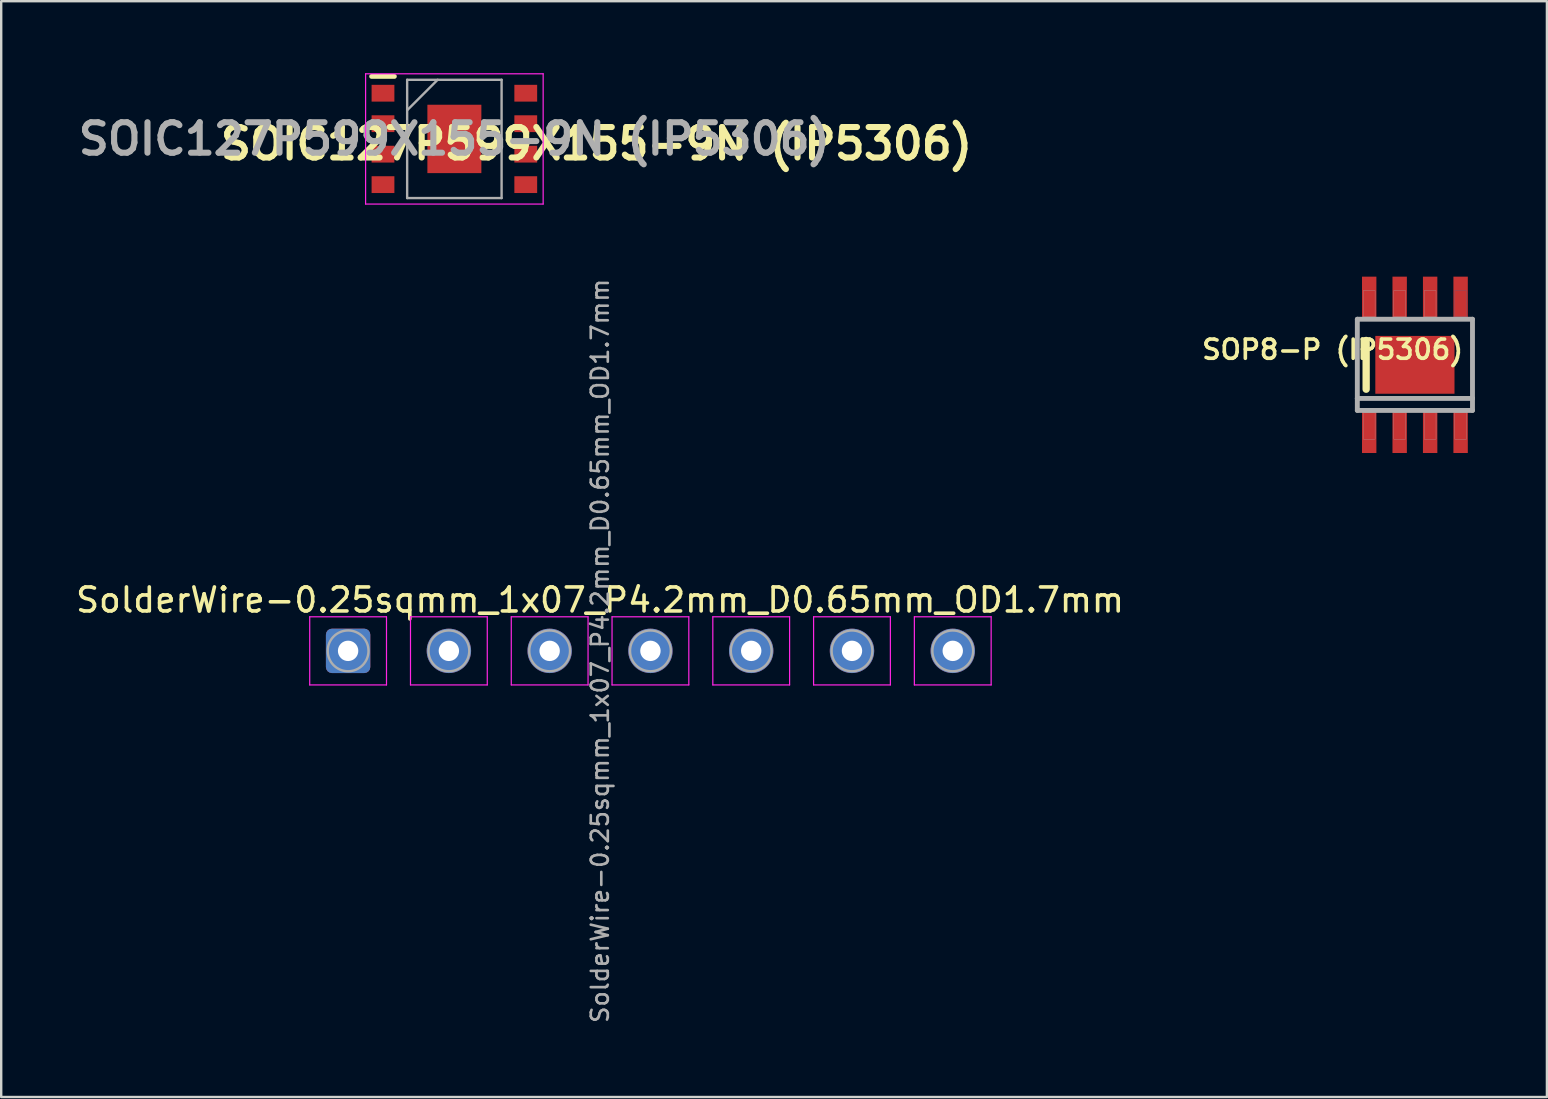
<source format=kicad_pcb>
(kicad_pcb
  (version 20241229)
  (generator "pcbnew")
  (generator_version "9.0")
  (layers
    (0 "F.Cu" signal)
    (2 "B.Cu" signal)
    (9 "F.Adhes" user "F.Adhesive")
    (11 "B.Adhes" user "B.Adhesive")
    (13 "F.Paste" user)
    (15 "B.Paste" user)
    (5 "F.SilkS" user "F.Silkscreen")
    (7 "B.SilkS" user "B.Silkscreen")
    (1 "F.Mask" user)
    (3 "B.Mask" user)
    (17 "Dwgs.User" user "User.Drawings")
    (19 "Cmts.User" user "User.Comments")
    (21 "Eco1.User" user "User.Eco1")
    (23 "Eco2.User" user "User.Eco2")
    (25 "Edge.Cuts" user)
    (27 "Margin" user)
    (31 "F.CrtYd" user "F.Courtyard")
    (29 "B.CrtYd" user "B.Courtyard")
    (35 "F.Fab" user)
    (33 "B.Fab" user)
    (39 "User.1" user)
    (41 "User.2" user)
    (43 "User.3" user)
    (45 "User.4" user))
  (footprint "SOIC127P599X155-9N (IP5306)"
    (layer "F.Cu")
    (at 15.887 2.74)
    (property "Reference" "SOIC127P599X155-9N (IP5306)" (at 5.925 0.2 0) (layer "F.SilkS") (effects (font (size 1.27 1.27) (thickness 0.254))))
    (attr smd)
    (fp_line (start -3.45 -2.605) (end -2.5 -2.605) (stroke (width 0.2) (type solid)) (layer "F.SilkS"))
    (fp_line (start -3.7 -2.715) (end 3.7 -2.715) (stroke (width 0.05) (type solid)) (layer "F.CrtYd"))
    (fp_line (start -3.7 2.715) (end -3.7 -2.715) (stroke (width 0.05) (type solid)) (layer "F.CrtYd"))
    (fp_line (start 3.7 -2.715) (end 3.7 2.715) (stroke (width 0.05) (type solid)) (layer "F.CrtYd"))
    (fp_line (start 3.7 2.715) (end -3.7 2.715) (stroke (width 0.05) (type solid)) (layer "F.CrtYd"))
    (fp_line (start -1.968 -2.465) (end 1.968 -2.465) (stroke (width 0.1) (type solid)) (layer "F.Fab"))
    (fp_line (start -1.968 -1.195) (end -0.698 -2.465) (stroke (width 0.1) (type solid)) (layer "F.Fab"))
    (fp_line (start -1.968 2.465) (end -1.968 -2.465) (stroke (width 0.1) (type solid)) (layer "F.Fab"))
    (fp_line (start 1.968 -2.465) (end 1.968 2.465) (stroke (width 0.1) (type solid)) (layer "F.Fab"))
    (fp_line (start 1.968 2.465) (end -1.968 2.465) (stroke (width 0.1) (type solid)) (layer "F.Fab"))
    (fp_text user "${REFERENCE}" (at 0 0 0) (layer "F.Fab") (effects (font (size 1.27 1.27) (thickness 0.254))))
    (pad "1" smd rect (at -2.975 -1.905 90) (size 0.7 0.95) (layers "F.Cu" "F.Mask" "F.Paste"))
    (pad "2" smd rect (at -2.975 -0.635 90) (size 0.7 0.95) (layers "F.Cu" "F.Mask" "F.Paste"))
    (pad "3" smd rect (at -2.975 0.635 90) (size 0.7 0.95) (layers "F.Cu" "F.Mask" "F.Paste"))
    (pad "4" smd rect (at -2.975 1.905 90) (size 0.7 0.95) (layers "F.Cu" "F.Mask" "F.Paste"))
    (pad "5" smd rect (at 2.975 1.905 90) (size 0.7 0.95) (layers "F.Cu" "F.Mask" "F.Paste"))
    (pad "6" smd rect (at 2.975 0.635 90) (size 0.7 0.95) (layers "F.Cu" "F.Mask" "F.Paste"))
    (pad "7" smd rect (at 2.975 -0.635 90) (size 0.7 0.95) (layers "F.Cu" "F.Mask" "F.Paste"))
    (pad "8" smd rect (at 2.975 -1.905 90) (size 0.7 0.95) (layers "F.Cu" "F.Mask" "F.Paste"))
    (pad "9" smd rect (at 0 0) (size 2.25 2.85) (layers "F.Cu" "F.Mask" "F.Paste")))
  (footprint "SolderWire-0.25sqmm_1x07_P4.2mm_D0.65mm_OD1.7mm"
    (layer "F.Cu")
    (at 11.458 24.076)
    (property "Reference" "SolderWire-0.25sqmm_1x07_P4.2mm_D0.65mm_OD1.7mm" (at 10.5 -2.12 0) (layer "F.SilkS") (effects (font (size 1 1) (thickness 0.15))))
    (attr exclude_from_pos_files exclude_from_bom)
    (fp_line (start -1.6 -1.42) (end -1.6 1.42) (stroke (width 0.05) (type solid)) (layer "F.CrtYd"))
    (fp_line (start -1.6 1.42) (end 1.6 1.42) (stroke (width 0.05) (type solid)) (layer "F.CrtYd"))
    (fp_line (start 1.6 -1.42) (end -1.6 -1.42) (stroke (width 0.05) (type solid)) (layer "F.CrtYd"))
    (fp_line (start 1.6 1.42) (end 1.6 -1.42) (stroke (width 0.05) (type solid)) (layer "F.CrtYd"))
    (fp_line (start 2.6 -1.42) (end 2.6 1.42) (stroke (width 0.05) (type solid)) (layer "F.CrtYd"))
    (fp_line (start 2.6 1.42) (end 5.8 1.42) (stroke (width 0.05) (type solid)) (layer "F.CrtYd"))
    (fp_line (start 5.8 -1.42) (end 2.6 -1.42) (stroke (width 0.05) (type solid)) (layer "F.CrtYd"))
    (fp_line (start 5.8 1.42) (end 5.8 -1.42) (stroke (width 0.05) (type solid)) (layer "F.CrtYd"))
    (fp_line (start 6.8 -1.42) (end 6.8 1.42) (stroke (width 0.05) (type solid)) (layer "F.CrtYd"))
    (fp_line (start 6.8 1.42) (end 10 1.42) (stroke (width 0.05) (type solid)) (layer "F.CrtYd"))
    (fp_line (start 10 -1.42) (end 6.8 -1.42) (stroke (width 0.05) (type solid)) (layer "F.CrtYd"))
    (fp_line (start 10 1.42) (end 10 -1.42) (stroke (width 0.05) (type solid)) (layer "F.CrtYd"))
    (fp_line (start 11 -1.42) (end 11 1.42) (stroke (width 0.05) (type solid)) (layer "F.CrtYd"))
    (fp_line (start 11 1.42) (end 14.2 1.42) (stroke (width 0.05) (type solid)) (layer "F.CrtYd"))
    (fp_line (start 14.2 -1.42) (end 11 -1.42) (stroke (width 0.05) (type solid)) (layer "F.CrtYd"))
    (fp_line (start 14.2 1.42) (end 14.2 -1.42) (stroke (width 0.05) (type solid)) (layer "F.CrtYd"))
    (fp_line (start 15.2 -1.42) (end 15.2 1.42) (stroke (width 0.05) (type solid)) (layer "F.CrtYd"))
    (fp_line (start 15.2 1.42) (end 18.4 1.42) (stroke (width 0.05) (type solid)) (layer "F.CrtYd"))
    (fp_line (start 18.4 -1.42) (end 15.2 -1.42) (stroke (width 0.05) (type solid)) (layer "F.CrtYd"))
    (fp_line (start 18.4 1.42) (end 18.4 -1.42) (stroke (width 0.05) (type solid)) (layer "F.CrtYd"))
    (fp_line (start 19.4 -1.42) (end 19.4 1.42) (stroke (width 0.05) (type solid)) (layer "F.CrtYd"))
    (fp_line (start 19.4 1.42) (end 22.6 1.42) (stroke (width 0.05) (type solid)) (layer "F.CrtYd"))
    (fp_line (start 22.6 -1.42) (end 19.4 -1.42) (stroke (width 0.05) (type solid)) (layer "F.CrtYd"))
    (fp_line (start 22.6 1.42) (end 22.6 -1.42) (stroke (width 0.05) (type solid)) (layer "F.CrtYd"))
    (fp_line (start 23.6 -1.42) (end 23.6 1.42) (stroke (width 0.05) (type solid)) (layer "F.CrtYd"))
    (fp_line (start 23.6 1.42) (end 26.8 1.42) (stroke (width 0.05) (type solid)) (layer "F.CrtYd"))
    (fp_line (start 26.8 -1.42) (end 23.6 -1.42) (stroke (width 0.05) (type solid)) (layer "F.CrtYd"))
    (fp_line (start 26.8 1.42) (end 26.8 -1.42) (stroke (width 0.05) (type solid)) (layer "F.CrtYd"))
    (fp_circle (center 0 0) (end 0.85 0) (stroke (width 0.1) (type solid)) (fill no) (layer "F.Fab"))
    (fp_circle (center 4.2 0) (end 5.05 0) (stroke (width 0.1) (type solid)) (fill no) (layer "F.Fab"))
    (fp_circle (center 8.4 0) (end 9.25 0) (stroke (width 0.1) (type solid)) (fill no) (layer "F.Fab"))
    (fp_circle (center 12.6 0) (end 13.45 0) (stroke (width 0.1) (type solid)) (fill no) (layer "F.Fab"))
    (fp_circle (center 16.8 0) (end 17.65 0) (stroke (width 0.1) (type solid)) (fill no) (layer "F.Fab"))
    (fp_circle (center 21 0) (end 21.85 0) (stroke (width 0.1) (type solid)) (fill no) (layer "F.Fab"))
    (fp_circle (center 25.2 0) (end 26.05 0) (stroke (width 0.1) (type solid)) (fill no) (layer "F.Fab"))
    (fp_text user "${REFERENCE}" (at 10.5 0 90) (layer "F.Fab") (effects (font (size 0.71 0.71) (thickness 0.11))))
    (pad "1" thru_hole roundrect (at 0 0) (size 1.85 1.85) (drill 0.85) (layers "*.Cu" "*.Mask") (roundrect_rratio 0.135))
    (pad "2" thru_hole circle (at 4.2 0) (size 1.85 1.85) (drill 0.85) (layers "*.Cu" "*.Mask"))
    (pad "3" thru_hole circle (at 8.4 0) (size 1.85 1.85) (drill 0.85) (layers "*.Cu" "*.Mask"))
    (pad "4" thru_hole circle (at 12.6 0) (size 1.85 1.85) (drill 0.85) (layers "*.Cu" "*.Mask"))
    (pad "5" thru_hole circle (at 16.8 0) (size 1.85 1.85) (drill 0.85) (layers "*.Cu" "*.Mask"))
    (pad "6" thru_hole circle (at 21 0) (size 1.85 1.85) (drill 0.85) (layers "*.Cu" "*.Mask"))
    (pad "7" thru_hole circle (at 25.2 0) (size 1.85 1.85) (drill 0.85) (layers "*.Cu" "*.Mask")))
  (footprint "SOP8-P (IP5306)"
    (layer "F.Cu")
    (at 55.919 12.155)
    (property "Reference" "SOP8-P (IP5306)" (at -3.429 -0.635 180) (layer "F.SilkS") (effects (font (size 0.8 0.8) (thickness 0.15))))
    (attr through_hole)
    (fp_line (start -2.032 1.016) (end -2.032 -1.016) (stroke (width 0.305) (type solid)) (layer "F.SilkS"))
    (fp_poly (pts (xy -0.3 -0.3) (xy 0.3 -0.3) (xy 0.3 0.3) (xy -0.3 0.3)) (stroke (width 0.01) (type solid)) (fill yes) (layer "F.Paste"))
    (fp_poly (pts (xy 1.66 -3.1) (xy 2.15 -3.1) (xy 2.15 -2) (xy 1.66 -2)) (stroke (width 0.01) (type solid)) (fill no) (layer "B.Fab"))
    (fp_line (start -2.4 -1.9) (end 2.4 -1.9) (stroke (width 0.203) (type solid)) (layer "F.Fab"))
    (fp_line (start -2.4 1.4) (end -2.4 -1.9) (stroke (width 0.203) (type solid)) (layer "F.Fab"))
    (fp_line (start -2.4 1.9) (end -2.4 1.4) (stroke (width 0.203) (type solid)) (layer "F.Fab"))
    (fp_line (start 2.4 -1.9) (end 2.4 1.4) (stroke (width 0.203) (type solid)) (layer "F.Fab"))
    (fp_line (start 2.4 1.4) (end -2.4 1.4) (stroke (width 0.203) (type solid)) (layer "F.Fab"))
    (fp_line (start 2.4 1.4) (end 2.4 1.9) (stroke (width 0.203) (type solid)) (layer "F.Fab"))
    (fp_line (start 2.4 1.9) (end -2.4 1.9) (stroke (width 0.203) (type solid)) (layer "F.Fab"))
    (fp_poly (pts (xy -2.15 -3.1) (xy -1.66 -3.1) (xy -1.66 -2) (xy -2.15 -2)) (stroke (width 0.01) (type solid)) (fill no) (layer "F.Fab"))
    (fp_poly (pts (xy -2.15 2) (xy -1.66 2) (xy -1.66 3.1) (xy -2.15 3.1)) (stroke (width 0.01) (type solid)) (fill no) (layer "F.Fab"))
    (fp_poly (pts (xy -0.88 -3.1) (xy -0.39 -3.1) (xy -0.39 -2) (xy -0.88 -2)) (stroke (width 0.01) (type solid)) (fill no) (layer "F.Fab"))
    (fp_poly (pts (xy -0.88 2) (xy -0.39 2) (xy -0.39 3.1) (xy -0.88 3.1)) (stroke (width 0.01) (type solid)) (fill no) (layer "F.Fab"))
    (fp_poly (pts (xy 0.39 -3.1) (xy 0.88 -3.1) (xy 0.88 -2) (xy 0.39 -2)) (stroke (width 0.01) (type solid)) (fill no) (layer "F.Fab"))
    (fp_poly (pts (xy 0.39 2) (xy 0.88 2) (xy 0.88 3.1) (xy 0.39 3.1)) (stroke (width 0.01) (type solid)) (fill no) (layer "F.Fab"))
    (fp_poly (pts (xy 1.66 2) (xy 2.15 2) (xy 2.15 3.1) (xy 1.66 3.1)) (stroke (width 0.01) (type solid)) (fill no) (layer "F.Fab"))
    (pad "1" smd rect (at -1.905 2.8) (size 0.6 1.75) (layers "F.Cu" "F.Mask" "F.Paste"))
    (pad "2" smd rect (at -0.635 2.8) (size 0.6 1.75) (layers "F.Cu" "F.Mask" "F.Paste"))
    (pad "3" smd rect (at 0.635 2.8) (size 0.6 1.75) (layers "F.Cu" "F.Mask" "F.Paste"))
    (pad "4" smd rect (at 1.905 2.8) (size 0.6 1.75) (layers "F.Cu" "F.Mask" "F.Paste"))
    (pad "5" smd rect (at 1.905 -2.8) (size 0.6 1.75) (layers "F.Cu" "F.Mask" "F.Paste"))
    (pad "6" smd rect (at 0.635 -2.8) (size 0.6 1.75) (layers "F.Cu" "F.Mask" "F.Paste"))
    (pad "7" smd rect (at -0.635 -2.8) (size 0.6 1.75) (layers "F.Cu" "F.Mask" "F.Paste"))
    (pad "8" smd rect (at -1.905 -2.8) (size 0.6 1.75) (layers "F.Cu" "F.Mask" "F.Paste"))
    (pad "9" smd rect (at 0 0) (size 3.3 2.41) (layers "F.Cu" "F.Mask")))
  (gr_rect
    (start -3 -3)
    (end 61.421 42.671)
    (stroke (width 0.1) (type default))
    (fill no)
    (layer "Edge.Cuts")))
</source>
